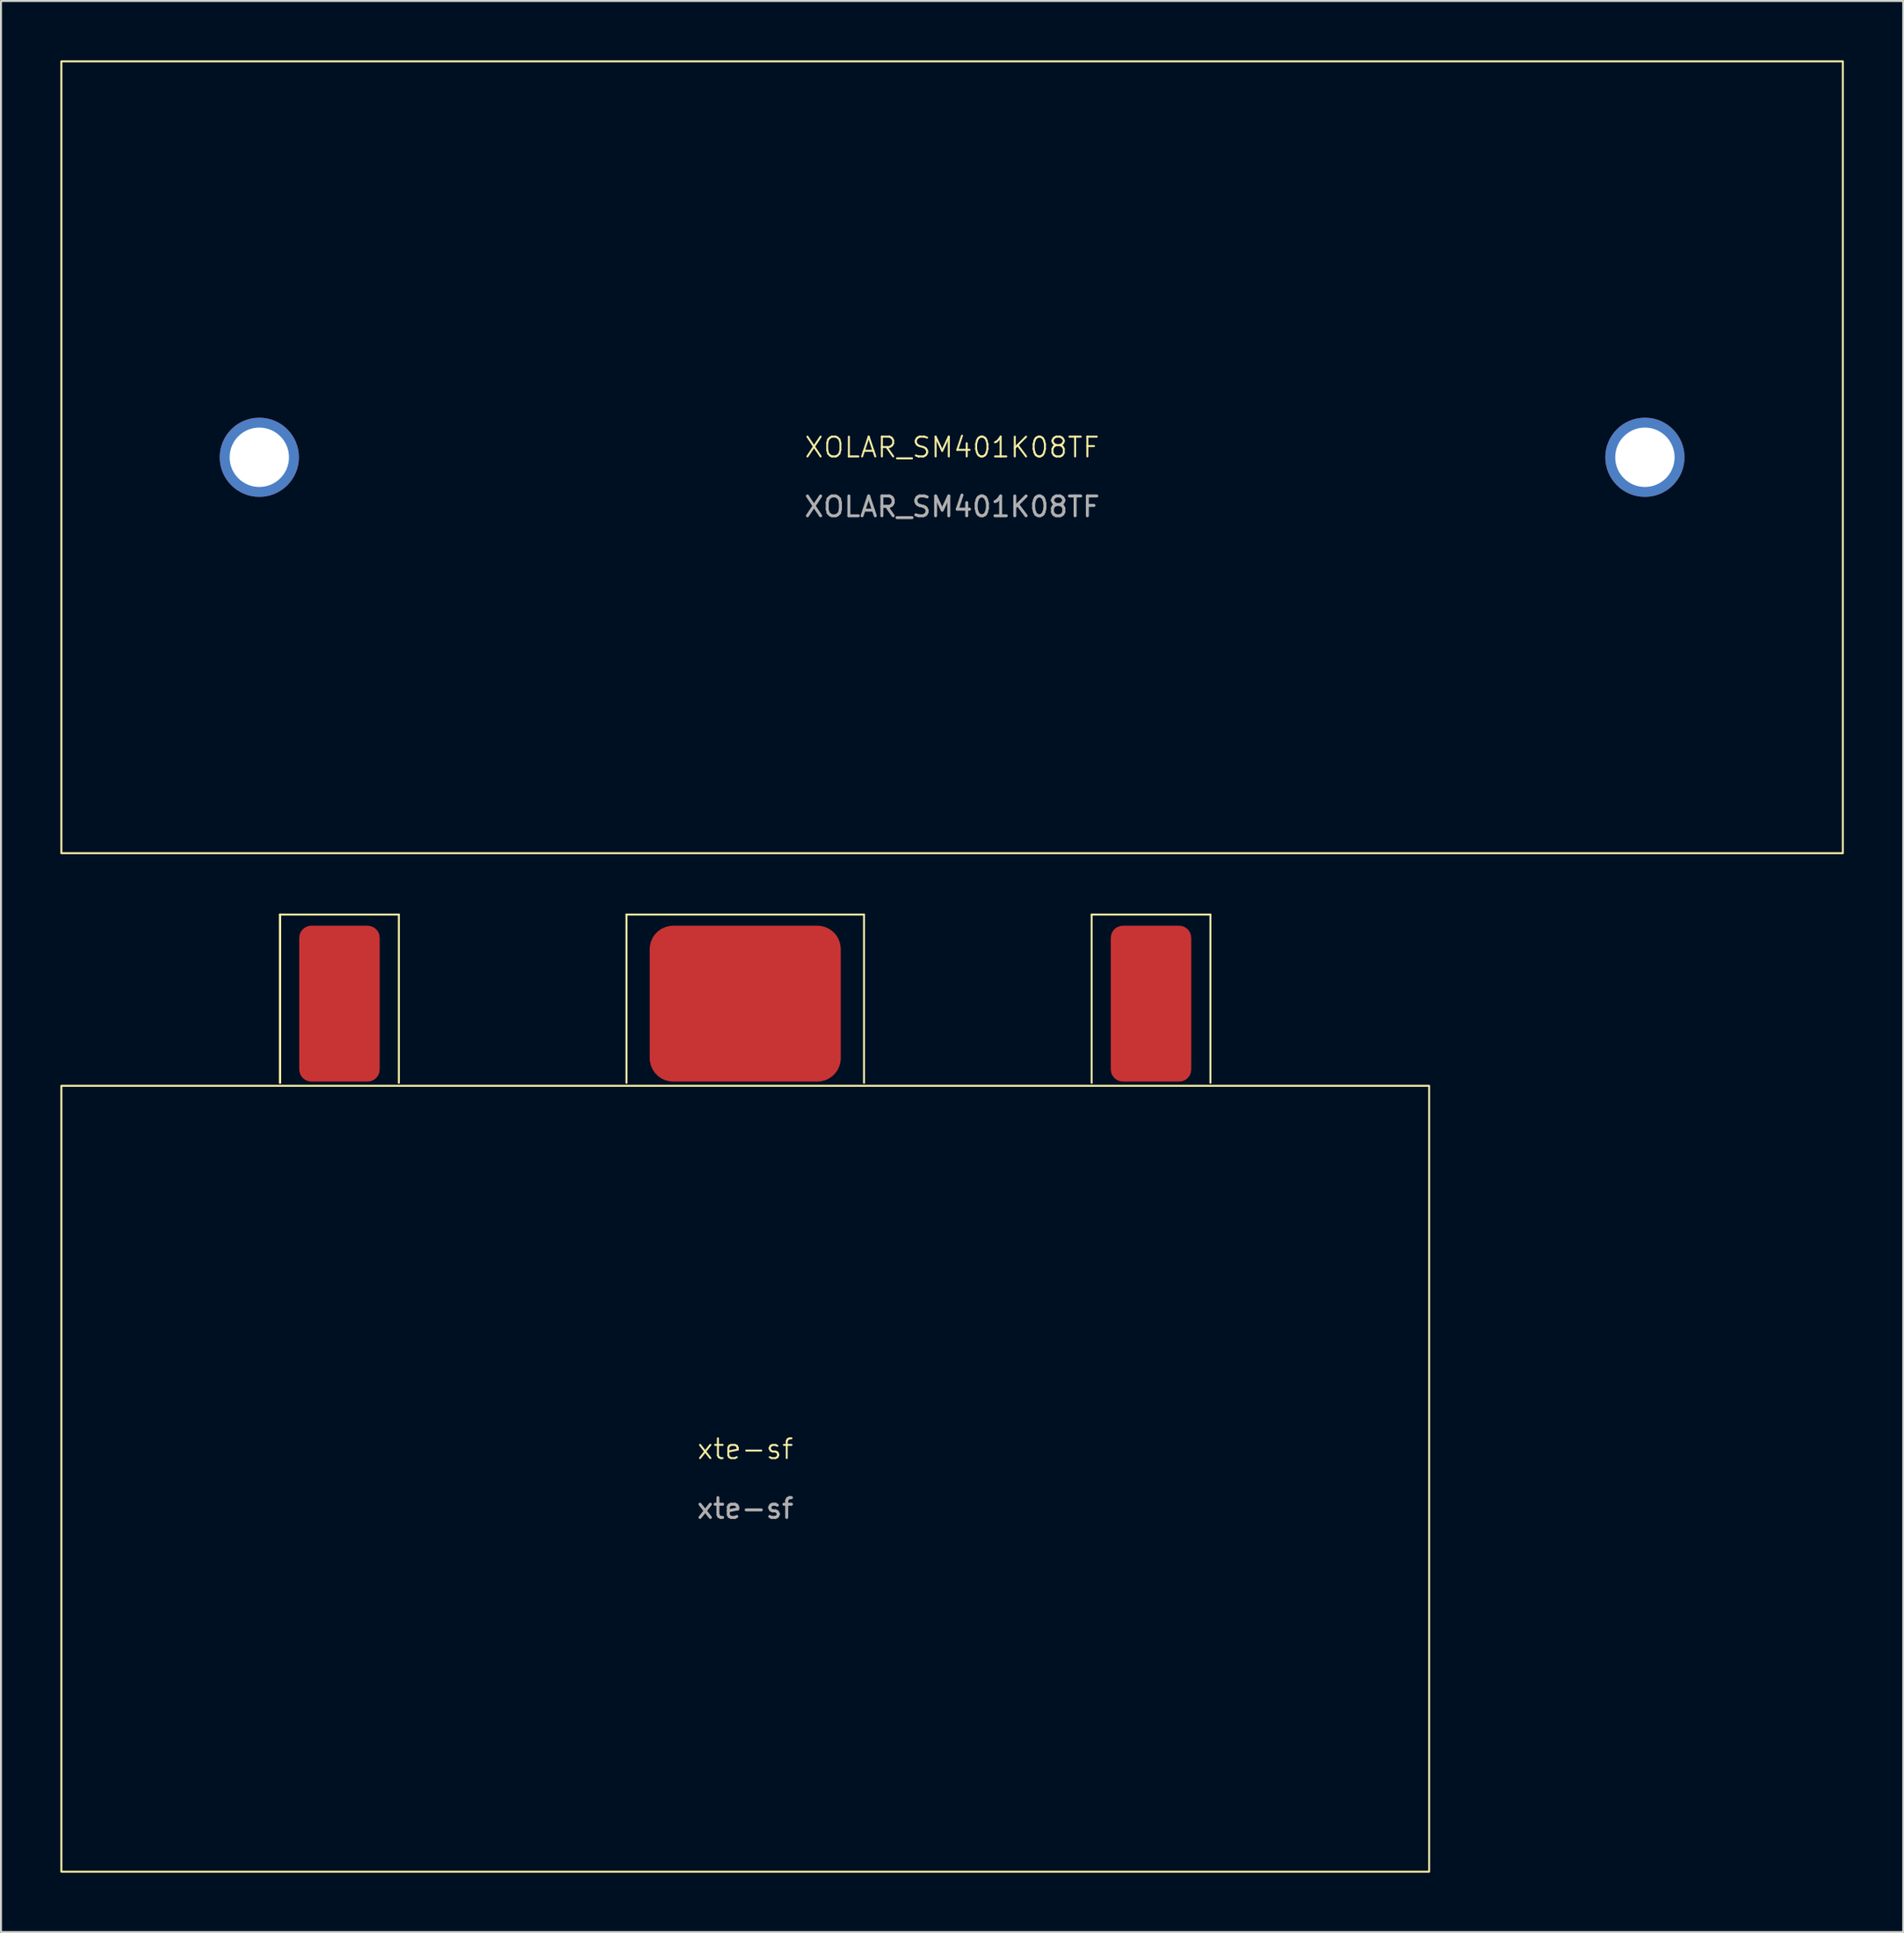
<source format=kicad_pcb>
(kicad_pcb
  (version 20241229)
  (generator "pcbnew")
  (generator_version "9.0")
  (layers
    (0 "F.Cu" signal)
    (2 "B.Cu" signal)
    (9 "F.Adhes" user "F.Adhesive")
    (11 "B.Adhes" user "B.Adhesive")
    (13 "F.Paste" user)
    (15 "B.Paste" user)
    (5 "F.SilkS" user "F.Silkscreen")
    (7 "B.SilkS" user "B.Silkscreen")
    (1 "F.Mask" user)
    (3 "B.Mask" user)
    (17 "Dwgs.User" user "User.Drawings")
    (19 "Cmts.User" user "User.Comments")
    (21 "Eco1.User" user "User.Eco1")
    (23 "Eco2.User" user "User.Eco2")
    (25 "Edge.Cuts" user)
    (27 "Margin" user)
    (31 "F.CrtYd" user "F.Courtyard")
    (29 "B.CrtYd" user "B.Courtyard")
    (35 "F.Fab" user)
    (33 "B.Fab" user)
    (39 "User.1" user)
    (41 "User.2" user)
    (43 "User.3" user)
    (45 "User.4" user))
  (footprint "xte-sf"
    (layer "F.Cu")
    (at 34.6 71.65)
    (property "Reference" "xte-sf" (at 0 -1.5 0) (unlocked yes) (layer "F.SilkS") (effects (font (size 1 1) (thickness 0.1))))
    (attr smd)
    (fp_line (start -23.5 -28.5) (end -23.5 -20) (stroke (width 0.1) (type default)) (layer "F.SilkS"))
    (fp_line (start -23.5 -28.5) (end -17.5 -28.5) (stroke (width 0.1) (type default)) (layer "F.SilkS"))
    (fp_line (start -23.5 -20) (end -23.5 -28.5) (stroke (width 0.1) (type default)) (layer "F.SilkS"))
    (fp_line (start -17.5 -28.5) (end -17.5 -20) (stroke (width 0.1) (type default)) (layer "F.SilkS"))
    (fp_line (start -6 -28.5) (end -6 -20) (stroke (width 0.1) (type default)) (layer "F.SilkS"))
    (fp_line (start -6 -28.5) (end 6 -28.5) (stroke (width 0.1) (type default)) (layer "F.SilkS"))
    (fp_line (start 6 -28.5) (end 6 -20) (stroke (width 0.1) (type default)) (layer "F.SilkS"))
    (fp_line (start 17.5 -28.5) (end 23.5 -28.5) (stroke (width 0.1) (type default)) (layer "F.SilkS"))
    (fp_line (start 17.5 -20) (end 17.5 -28.5) (stroke (width 0.1) (type default)) (layer "F.SilkS"))
    (fp_line (start 23.5 -28.5) (end 23.5 -20) (stroke (width 0.1) (type default)) (layer "F.SilkS"))
    (fp_rect (start -34.55 -19.85) (end 34.55 19.85) (stroke (width 0.1) (type solid)) (fill no) (layer "F.SilkS"))
    (fp_text user "${REFERENCE}" (at 0 1.5 0) (unlocked yes) (layer "F.Fab") (effects (font (size 1 1) (thickness 0.15))))
    (pad "1" smd roundrect (at 0 -24) (size 9.652 7.874) (layers "F.Cu" "F.Mask" "F.Paste") (roundrect_rratio 0.15))
    (pad "2" smd roundrect (at -20.5 -24) (size 4.064 7.874) (layers "F.Cu" "F.Mask" "F.Paste") (roundrect_rratio 0.15))
    (pad "3" smd roundrect (at 20.5 -24) (size 4.064 7.874) (layers "F.Cu" "F.Mask" "F.Paste") (roundrect_rratio 0.15)))
  (footprint "XOLAR_SM401K08TF"
    (layer "F.Cu")
    (at 45.05 20.05)
    (property "Reference" "XOLAR_SM401K08TF" (at 0 -0.5 0) (unlocked yes) (layer "F.SilkS") (effects (font (size 1 1) (thickness 0.1))))
    (attr smd)
    (fp_rect (start -45 -20) (end 45 20) (stroke (width 0.1) (type solid)) (fill no) (layer "F.SilkS"))
    (fp_text user "${REFERENCE}" (at 0 2.5 0) (unlocked yes) (layer "F.Fab") (effects (font (size 1 1) (thickness 0.15))))
    (pad "1" thru_hole circle (at -35 0) (size 4 4) (drill 3) (layers "*.Cu" "*.Mask"))
    (pad "2" thru_hole circle (at 35 0) (size 4 4) (drill 3) (layers "*.Cu" "*.Mask")))
  (gr_rect
    (start -3 -3)
    (end 93.1 94.55)
    (stroke (width 0.1) (type default))
    (fill no)
    (layer "Edge.Cuts")))
</source>
